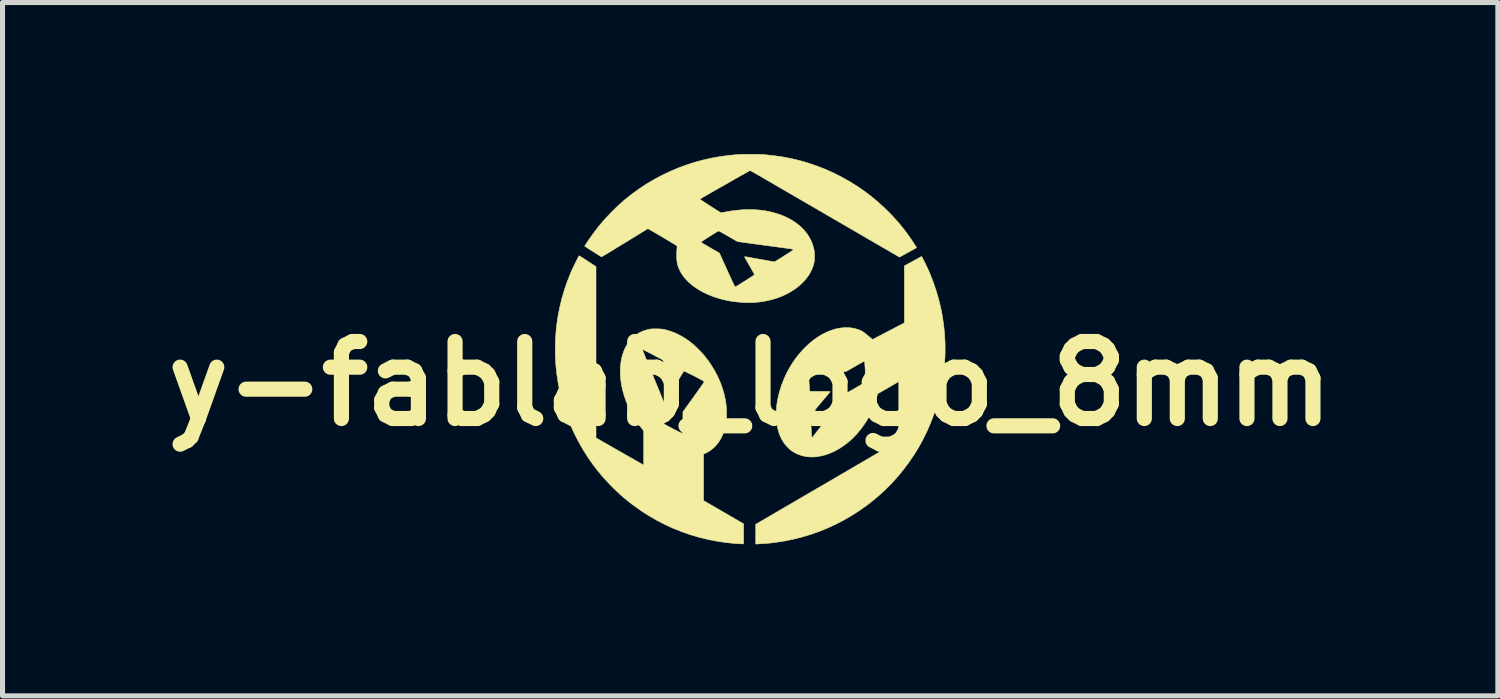
<source format=kicad_pcb>
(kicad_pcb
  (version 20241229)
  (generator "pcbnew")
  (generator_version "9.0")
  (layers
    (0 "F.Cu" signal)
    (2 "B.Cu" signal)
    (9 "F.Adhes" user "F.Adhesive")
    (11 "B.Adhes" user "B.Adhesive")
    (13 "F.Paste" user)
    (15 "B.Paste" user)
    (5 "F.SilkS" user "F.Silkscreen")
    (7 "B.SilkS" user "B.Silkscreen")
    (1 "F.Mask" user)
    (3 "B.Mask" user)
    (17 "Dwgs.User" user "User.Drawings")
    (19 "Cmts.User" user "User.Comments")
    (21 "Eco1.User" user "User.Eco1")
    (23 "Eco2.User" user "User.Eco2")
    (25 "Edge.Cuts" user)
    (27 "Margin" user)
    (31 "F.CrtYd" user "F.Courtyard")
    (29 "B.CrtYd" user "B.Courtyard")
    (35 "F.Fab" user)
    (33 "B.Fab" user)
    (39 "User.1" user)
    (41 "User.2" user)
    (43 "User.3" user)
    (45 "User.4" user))
  (footprint "y-fablab_logo_8mm"
    (layer "F.Cu")
    (at 11.8 4.291)
    (property "Reference" "y-fablab_logo_8mm" (at 0 0.254 0) (layer "F.SilkS") (effects (font (size 1.524 1.524) (thickness 0.3))))
    (attr through_hole)
    (fp_poly (pts (xy -3.381 -2.275) (xy -3.374 -2.272) (xy -3.364 -2.266) (xy -3.35 -2.258) (xy -3.332 -2.247) (xy -3.309 -2.232) (xy -3.281 -2.213) (xy -3.246 -2.191) (xy -3.23 -2.18) (xy -3.197 -2.158) (xy -3.166 -2.138) (xy -3.138 -2.119) (xy -3.113 -2.103) (xy -3.092 -2.089) (xy -3.077 -2.078) (xy -3.067 -2.072) (xy -3.064 -2.07) (xy -3.052 -2.061) (xy -3.052 1.327) (xy -2.58 1.597) (xy -2.108 1.866) (xy -2.108 1.184) (xy -2.135 1.152) (xy -2.204 1.064) (xy -2.267 0.972) (xy -2.325 0.878) (xy -2.377 0.781) (xy -2.424 0.682) (xy -2.464 0.581) (xy -2.498 0.48) (xy -2.526 0.379) (xy -2.548 0.277) (xy -2.562 0.177) (xy -2.571 0.077) (xy -2.572 -0.02) (xy -2.566 -0.115) (xy -2.553 -0.207) (xy -2.534 -0.294) (xy -2.509 -0.371) (xy -2.492 -0.412) (xy -2.127 -0.412) (xy -2.126 -0.4) (xy -2.124 -0.393) (xy -2.122 -0.387) (xy -2.116 -0.373) (xy -2.108 -0.353) (xy -2.097 -0.326) (xy -2.084 -0.294) (xy -2.069 -0.256) (xy -2.051 -0.213) (xy -2.032 -0.165) (xy -2.011 -0.114) (xy -1.988 -0.06) (xy -1.965 -0.002) (xy -1.94 0.058) (xy -1.915 0.12) (xy -1.914 0.122) (xy -1.71 0.619) (xy -1.71 1.036) (xy -1.701 1.05) (xy -1.697 1.054) (xy -1.691 1.059) (xy -1.681 1.065) (xy -1.667 1.074) (xy -1.649 1.084) (xy -1.626 1.096) (xy -1.597 1.112) (xy -1.561 1.13) (xy -1.524 1.15) (xy -1.478 1.174) (xy -1.438 1.194) (xy -1.405 1.21) (xy -1.38 1.222) (xy -1.361 1.23) (xy -1.35 1.235) (xy -1.346 1.235) (xy -1.336 1.234) (xy -1.333 1.022) (xy -1.331 0.811) (xy -1.122 0.521) (xy -1.08 0.462) (xy -1.042 0.409) (xy -1.009 0.362) (xy -0.98 0.322) (xy -0.957 0.289) (xy -0.939 0.262) (xy -0.925 0.242) (xy -0.917 0.228) (xy -0.913 0.222) (xy -0.913 0.221) (xy -0.916 0.21) (xy -0.921 0.203) (xy -0.927 0.199) (xy -0.94 0.191) (xy -0.958 0.181) (xy -0.981 0.169) (xy -1.008 0.155) (xy -1.038 0.139) (xy -1.07 0.122) (xy -1.103 0.105) (xy -1.136 0.088) (xy -1.169 0.072) (xy -1.201 0.056) (xy -1.23 0.041) (xy -1.256 0.029) (xy -1.277 0.018) (xy -1.294 0.011) (xy -1.305 0.006) (xy -1.309 0.005) (xy -1.312 0.007) (xy -1.317 0.011) (xy -1.323 0.019) (xy -1.331 0.031) (xy -1.341 0.048) (xy -1.354 0.069) (xy -1.37 0.096) (xy -1.39 0.13) (xy -1.413 0.17) (xy -1.416 0.176) (xy -1.438 0.213) (xy -1.457 0.246) (xy -1.475 0.276) (xy -1.49 0.301) (xy -1.503 0.321) (xy -1.512 0.336) (xy -1.518 0.344) (xy -1.52 0.345) (xy -1.522 0.342) (xy -1.527 0.331) (xy -1.535 0.314) (xy -1.545 0.289) (xy -1.557 0.256) (xy -1.572 0.217) (xy -1.589 0.169) (xy -1.609 0.114) (xy -1.621 0.08) (xy -1.638 0.035) (xy -1.654 -0.009) (xy -1.668 -0.049) (xy -1.682 -0.087) (xy -1.694 -0.12) (xy -1.704 -0.148) (xy -1.712 -0.171) (xy -1.718 -0.187) (xy -1.722 -0.196) (xy -1.723 -0.198) (xy -1.73 -0.21) (xy -1.741 -0.221) (xy -1.742 -0.222) (xy -1.747 -0.225) (xy -1.76 -0.232) (xy -1.778 -0.242) (xy -1.801 -0.254) (xy -1.827 -0.268) (xy -1.857 -0.284) (xy -1.889 -0.301) (xy -1.921 -0.318) (xy -1.954 -0.335) (xy -1.986 -0.352) (xy -2.017 -0.367) (xy -2.045 -0.382) (xy -2.069 -0.394) (xy -2.089 -0.404) (xy -2.104 -0.412) (xy -2.112 -0.415) (xy -2.113 -0.416) (xy -2.123 -0.417) (xy -2.127 -0.412) (xy -2.492 -0.412) (xy -2.48 -0.441) (xy -2.446 -0.505) (xy -2.405 -0.565) (xy -2.359 -0.621) (xy -2.337 -0.644) (xy -2.285 -0.691) (xy -2.232 -0.731) (xy -2.176 -0.764) (xy -2.115 -0.79) (xy -2.05 -0.811) (xy -2.007 -0.822) (xy -1.991 -0.825) (xy -1.975 -0.828) (xy -1.96 -0.829) (xy -1.942 -0.83) (xy -1.92 -0.831) (xy -1.892 -0.831) (xy -1.867 -0.832) (xy -1.829 -0.831) (xy -1.797 -0.83) (xy -1.769 -0.829) (xy -1.744 -0.826) (xy -1.718 -0.822) (xy -1.69 -0.816) (xy -1.658 -0.808) (xy -1.651 -0.806) (xy -1.579 -0.785) (xy -1.505 -0.757) (xy -1.429 -0.723) (xy -1.355 -0.684) (xy -1.283 -0.64) (xy -1.242 -0.612) (xy -1.151 -0.543) (xy -1.064 -0.466) (xy -0.981 -0.383) (xy -0.903 -0.294) (xy -0.829 -0.2) (xy -0.762 -0.1) (xy -0.7 0.003) (xy -0.644 0.11) (xy -0.595 0.22) (xy -0.554 0.333) (xy -0.519 0.448) (xy -0.517 0.457) (xy -0.5 0.528) (xy -0.487 0.594) (xy -0.478 0.658) (xy -0.472 0.724) (xy -0.468 0.794) (xy -0.468 0.847) (xy -0.468 0.893) (xy -0.469 0.932) (xy -0.471 0.967) (xy -0.474 0.999) (xy -0.479 1.031) (xy -0.484 1.064) (xy -0.492 1.1) (xy -0.494 1.108) (xy -0.515 1.187) (xy -0.542 1.261) (xy -0.575 1.331) (xy -0.614 1.396) (xy -0.658 1.455) (xy -0.707 1.509) (xy -0.761 1.556) (xy -0.819 1.596) (xy -0.88 1.629) (xy -0.882 1.63) (xy -0.923 1.649) (xy -0.923 2.108) (xy -0.923 2.568) (xy -0.527 2.798) (xy -0.131 3.028) (xy -0.131 3.425) (xy -0.179 3.424) (xy -0.201 3.424) (xy -0.228 3.422) (xy -0.257 3.421) (xy -0.287 3.419) (xy -0.296 3.418) (xy -0.48 3.399) (xy -0.66 3.372) (xy -0.838 3.337) (xy -1.013 3.295) (xy -1.185 3.244) (xy -1.354 3.185) (xy -1.52 3.119) (xy -1.682 3.045) (xy -1.841 2.963) (xy -1.997 2.873) (xy -2.15 2.776) (xy -2.298 2.671) (xy -2.318 2.656) (xy -2.386 2.605) (xy -2.45 2.553) (xy -2.512 2.501) (xy -2.573 2.448) (xy -2.634 2.391) (xy -2.697 2.33) (xy -2.764 2.263) (xy -2.777 2.25) (xy -2.895 2.124) (xy -3.007 1.992) (xy -3.113 1.854) (xy -3.213 1.711) (xy -3.306 1.563) (xy -3.393 1.411) (xy -3.474 1.254) (xy -3.547 1.095) (xy -3.613 0.932) (xy -3.671 0.767) (xy -3.721 0.6) (xy -3.723 0.594) (xy -3.766 0.42) (xy -3.801 0.243) (xy -3.828 0.065) (xy -3.847 -0.114) (xy -3.857 -0.293) (xy -3.859 -0.473) (xy -3.853 -0.653) (xy -3.839 -0.832) (xy -3.816 -1.011) (xy -3.806 -1.073) (xy -3.772 -1.25) (xy -3.73 -1.425) (xy -3.68 -1.596) (xy -3.622 -1.765) (xy -3.556 -1.932) (xy -3.532 -1.988) (xy -3.523 -2.007) (xy -3.512 -2.031) (xy -3.499 -2.059) (xy -3.484 -2.088) (xy -3.469 -2.119) (xy -3.454 -2.15) (xy -3.44 -2.179) (xy -3.426 -2.207) (xy -3.414 -2.231) (xy -3.403 -2.251) (xy -3.395 -2.266) (xy -3.39 -2.274) (xy -3.39 -2.274) (xy -3.388 -2.276) (xy -3.385 -2.276) (xy -3.381 -2.275)) (stroke (width 0.01) (type solid)) (fill yes) (layer "F.SilkS"))
    (fp_poly (pts (xy 3.395 -2.26) (xy 3.401 -2.251) (xy 3.41 -2.235) (xy 3.421 -2.214) (xy 3.434 -2.188) (xy 3.449 -2.159) (xy 3.465 -2.127) (xy 3.481 -2.094) (xy 3.497 -2.059) (xy 3.514 -2.024) (xy 3.529 -1.989) (xy 3.544 -1.956) (xy 3.556 -1.928) (xy 3.622 -1.761) (xy 3.68 -1.591) (xy 3.73 -1.42) (xy 3.772 -1.247) (xy 3.806 -1.072) (xy 3.831 -0.897) (xy 3.849 -0.72) (xy 3.858 -0.542) (xy 3.859 -0.364) (xy 3.851 -0.186) (xy 3.836 -0.008) (xy 3.812 0.169) (xy 3.78 0.346) (xy 3.74 0.519) (xy 3.692 0.692) (xy 3.636 0.863) (xy 3.572 1.03) (xy 3.501 1.194) (xy 3.422 1.354) (xy 3.337 1.51) (xy 3.244 1.661) (xy 3.144 1.808) (xy 3.038 1.95) (xy 2.926 2.087) (xy 2.807 2.219) (xy 2.681 2.346) (xy 2.55 2.467) (xy 2.413 2.581) (xy 2.318 2.655) (xy 2.169 2.761) (xy 2.017 2.859) (xy 1.861 2.95) (xy 1.701 3.033) (xy 1.539 3.109) (xy 1.373 3.177) (xy 1.204 3.236) (xy 1.032 3.288) (xy 0.858 3.332) (xy 0.682 3.368) (xy 0.503 3.396) (xy 0.387 3.41) (xy 0.359 3.412) (xy 0.327 3.415) (xy 0.292 3.418) (xy 0.252 3.42) (xy 0.205 3.423) (xy 0.152 3.426) (xy 0.147 3.427) (xy 0.11 3.429) (xy 0.11 3.233) (xy 0.11 3.037) (xy 1.231 2.383) (xy 1.326 2.328) (xy 1.42 2.273) (xy 1.515 2.218) (xy 1.609 2.163) (xy 1.703 2.108) (xy 1.795 2.054) (xy 1.885 2.002) (xy 1.973 1.95) (xy 2.059 1.9) (xy 2.141 1.852) (xy 2.22 1.806) (xy 2.296 1.762) (xy 2.367 1.72) (xy 2.434 1.681) (xy 2.495 1.645) (xy 2.552 1.613) (xy 2.602 1.583) (xy 2.646 1.557) (xy 2.684 1.536) (xy 2.703 1.524) (xy 3.055 1.319) (xy 3.058 0.733) (xy 3.058 0.663) (xy 3.059 0.596) (xy 3.059 0.531) (xy 3.059 0.47) (xy 3.059 0.412) (xy 3.06 0.359) (xy 3.06 0.311) (xy 3.06 0.268) (xy 3.06 0.23) (xy 3.06 0.199) (xy 3.06 0.175) (xy 3.06 0.157) (xy 3.06 0.148) (xy 3.06 0.146) (xy 3.056 0.147) (xy 3.046 0.153) (xy 3.03 0.161) (xy 3.011 0.172) (xy 2.989 0.185) (xy 2.978 0.191) (xy 2.958 0.203) (xy 2.931 0.218) (xy 2.9 0.236) (xy 2.864 0.257) (xy 2.826 0.279) (xy 2.786 0.302) (xy 2.746 0.325) (xy 2.711 0.346) (xy 2.524 0.453) (xy 2.519 0.471) (xy 2.514 0.487) (xy 2.506 0.51) (xy 2.497 0.538) (xy 2.486 0.57) (xy 2.474 0.604) (xy 2.461 0.639) (xy 2.449 0.674) (xy 2.437 0.707) (xy 2.426 0.737) (xy 2.416 0.763) (xy 2.41 0.779) (xy 2.393 0.821) (xy 2.377 0.858) (xy 2.361 0.891) (xy 2.343 0.924) (xy 2.323 0.958) (xy 2.311 0.979) (xy 2.247 1.076) (xy 2.179 1.167) (xy 2.107 1.253) (xy 2.03 1.332) (xy 1.95 1.405) (xy 1.866 1.47) (xy 1.78 1.529) (xy 1.692 1.579) (xy 1.683 1.584) (xy 1.598 1.623) (xy 1.514 1.655) (xy 1.431 1.679) (xy 1.349 1.695) (xy 1.269 1.704) (xy 1.19 1.705) (xy 1.114 1.698) (xy 1.039 1.683) (xy 0.968 1.66) (xy 0.899 1.63) (xy 0.833 1.592) (xy 0.83 1.59) (xy 0.807 1.573) (xy 0.782 1.551) (xy 0.754 1.525) (xy 0.727 1.497) (xy 0.702 1.469) (xy 0.68 1.442) (xy 0.664 1.42) (xy 0.624 1.354) (xy 0.591 1.284) (xy 0.564 1.21) (xy 0.543 1.131) (xy 0.528 1.046) (xy 0.52 0.984) (xy 0.519 0.959) (xy 0.518 0.928) (xy 0.517 0.892) (xy 0.517 0.853) (xy 0.518 0.813) (xy 0.519 0.773) (xy 0.521 0.736) (xy 0.523 0.704) (xy 0.526 0.677) (xy 0.527 0.671) (xy 0.549 0.542) (xy 0.58 0.415) (xy 0.619 0.29) (xy 0.666 0.168) (xy 0.72 0.049) (xy 0.763 -0.031) (xy 1.155 -0.031) (xy 1.155 -0.024) (xy 1.155 -0.016) (xy 1.156 -0.007) (xy 1.156 -0.007) (xy 1.156 0.01) (xy 1.157 0.033) (xy 1.158 0.061) (xy 1.159 0.092) (xy 1.16 0.127) (xy 1.162 0.163) (xy 1.164 0.199) (xy 1.166 0.236) (xy 1.168 0.271) (xy 1.17 0.304) (xy 1.172 0.333) (xy 1.173 0.359) (xy 1.175 0.379) (xy 1.176 0.392) (xy 1.177 0.398) (xy 1.177 0.399) (xy 1.179 0.4) (xy 1.181 0.402) (xy 1.185 0.403) (xy 1.191 0.404) (xy 1.201 0.405) (xy 1.214 0.405) (xy 1.233 0.406) (xy 1.256 0.406) (xy 1.286 0.406) (xy 1.322 0.406) (xy 1.366 0.406) (xy 1.382 0.406) (xy 1.434 0.406) (xy 1.478 0.407) (xy 1.514 0.407) (xy 1.544 0.408) (xy 1.565 0.409) (xy 1.578 0.409) (xy 1.583 0.41) (xy 1.583 0.411) (xy 1.581 0.415) (xy 1.574 0.425) (xy 1.563 0.438) (xy 1.55 0.454) (xy 1.55 0.454) (xy 1.541 0.465) (xy 1.527 0.481) (xy 1.509 0.503) (xy 1.488 0.528) (xy 1.463 0.557) (xy 1.436 0.589) (xy 1.408 0.622) (xy 1.379 0.657) (xy 1.366 0.672) (xy 1.337 0.706) (xy 1.31 0.738) (xy 1.285 0.768) (xy 1.263 0.795) (xy 1.243 0.819) (xy 1.227 0.838) (xy 1.215 0.853) (xy 1.208 0.862) (xy 1.206 0.865) (xy 1.202 0.875) (xy 1.199 0.887) (xy 1.198 0.905) (xy 1.198 0.912) (xy 1.198 0.925) (xy 1.199 0.944) (xy 1.2 0.968) (xy 1.201 0.997) (xy 1.202 1.029) (xy 1.204 1.063) (xy 1.205 1.099) (xy 1.207 1.135) (xy 1.209 1.17) (xy 1.21 1.204) (xy 1.212 1.234) (xy 1.213 1.262) (xy 1.215 1.284) (xy 1.216 1.3) (xy 1.217 1.309) (xy 1.217 1.311) (xy 1.221 1.316) (xy 1.227 1.315) (xy 1.236 1.308) (xy 1.249 1.294) (xy 1.263 1.277) (xy 1.269 1.269) (xy 1.281 1.254) (xy 1.297 1.234) (xy 1.317 1.208) (xy 1.34 1.178) (xy 1.367 1.143) (xy 1.398 1.104) (xy 1.43 1.062) (xy 1.465 1.016) (xy 1.502 0.969) (xy 1.541 0.919) (xy 1.581 0.868) (xy 1.603 0.838) (xy 1.913 0.438) (xy 2.089 0.337) (xy 2.124 0.317) (xy 2.157 0.297) (xy 2.188 0.279) (xy 2.215 0.263) (xy 2.238 0.249) (xy 2.255 0.239) (xy 2.267 0.231) (xy 2.272 0.227) (xy 2.279 0.218) (xy 2.283 0.21) (xy 2.284 0.204) (xy 2.284 0.19) (xy 2.284 0.17) (xy 2.283 0.145) (xy 2.282 0.116) (xy 2.281 0.083) (xy 2.279 0.049) (xy 2.277 0.013) (xy 2.276 -0.023) (xy 2.274 -0.057) (xy 2.272 -0.09) (xy 2.27 -0.119) (xy 2.269 -0.143) (xy 2.267 -0.163) (xy 2.266 -0.176) (xy 2.265 -0.181) (xy 2.259 -0.189) (xy 2.253 -0.189) (xy 2.247 -0.187) (xy 2.235 -0.181) (xy 2.218 -0.171) (xy 2.196 -0.158) (xy 2.169 -0.143) (xy 2.139 -0.126) (xy 2.107 -0.108) (xy 2.089 -0.097) (xy 2.055 -0.077) (xy 2.022 -0.059) (xy 1.992 -0.041) (xy 1.965 -0.026) (xy 1.943 -0.013) (xy 1.926 -0.003) (xy 1.914 0.003) (xy 1.911 0.005) (xy 1.89 0.016) (xy 1.531 -0.02) (xy 1.466 -0.027) (xy 1.409 -0.033) (xy 1.359 -0.038) (xy 1.316 -0.042) (xy 1.28 -0.045) (xy 1.249 -0.048) (xy 1.224 -0.05) (xy 1.204 -0.051) (xy 1.188 -0.051) (xy 1.175 -0.05) (xy 1.167 -0.048) (xy 1.161 -0.045) (xy 1.157 -0.041) (xy 1.155 -0.037) (xy 1.155 -0.031) (xy 0.763 -0.031) (xy 0.772 -0.049) (xy 0.831 -0.145) (xy 0.893 -0.237) (xy 0.96 -0.323) (xy 1.031 -0.405) (xy 1.105 -0.481) (xy 1.182 -0.551) (xy 1.261 -0.615) (xy 1.342 -0.672) (xy 1.425 -0.721) (xy 1.509 -0.764) (xy 1.594 -0.799) (xy 1.68 -0.826) (xy 1.687 -0.828) (xy 1.767 -0.845) (xy 1.846 -0.854) (xy 1.923 -0.856) (xy 1.997 -0.851) (xy 2.069 -0.838) (xy 2.12 -0.823) (xy 2.152 -0.812) (xy 2.18 -0.801) (xy 2.205 -0.789) (xy 2.229 -0.775) (xy 2.254 -0.758) (xy 2.281 -0.737) (xy 2.313 -0.711) (xy 2.316 -0.708) (xy 2.339 -0.689) (xy 2.36 -0.672) (xy 2.379 -0.656) (xy 2.394 -0.644) (xy 2.405 -0.636) (xy 2.408 -0.634) (xy 2.425 -0.622) (xy 2.738 -0.786) (xy 3.052 -0.95) (xy 3.052 -2.078) (xy 3.221 -2.17) (xy 3.255 -2.189) (xy 3.288 -2.206) (xy 3.317 -2.222) (xy 3.342 -2.236) (xy 3.363 -2.248) (xy 3.379 -2.257) (xy 3.389 -2.262) (xy 3.392 -2.263) (xy 3.395 -2.26)) (stroke (width 0.01) (type solid)) (fill yes) (layer "F.SilkS"))
    (fp_poly (pts (xy 0.067 -4.286) (xy 0.114 -4.286) (xy 0.158 -4.285) (xy 0.198 -4.284) (xy 0.232 -4.283) (xy 0.26 -4.281) (xy 0.267 -4.281) (xy 0.451 -4.262) (xy 0.631 -4.237) (xy 0.808 -4.203) (xy 0.982 -4.162) (xy 1.152 -4.113) (xy 1.319 -4.056) (xy 1.484 -3.992) (xy 1.647 -3.919) (xy 1.807 -3.838) (xy 1.965 -3.75) (xy 1.99 -3.735) (xy 2.133 -3.645) (xy 2.27 -3.55) (xy 2.402 -3.449) (xy 2.53 -3.342) (xy 2.656 -3.228) (xy 2.729 -3.156) (xy 2.798 -3.086) (xy 2.861 -3.018) (xy 2.921 -2.951) (xy 2.979 -2.882) (xy 3.036 -2.81) (xy 3.086 -2.746) (xy 3.104 -2.722) (xy 3.123 -2.695) (xy 3.144 -2.666) (xy 3.165 -2.635) (xy 3.186 -2.604) (xy 3.207 -2.574) (xy 3.227 -2.545) (xy 3.245 -2.517) (xy 3.261 -2.492) (xy 3.274 -2.471) (xy 3.284 -2.455) (xy 3.291 -2.443) (xy 3.293 -2.437) (xy 3.293 -2.437) (xy 3.289 -2.435) (xy 3.278 -2.429) (xy 3.262 -2.42) (xy 3.24 -2.408) (xy 3.214 -2.393) (xy 3.184 -2.377) (xy 3.151 -2.359) (xy 3.123 -2.343) (xy 2.955 -2.251) (xy 2.926 -2.268) (xy 2.918 -2.273) (xy 2.903 -2.282) (xy 2.881 -2.294) (xy 2.855 -2.31) (xy 2.824 -2.328) (xy 2.789 -2.348) (xy 2.751 -2.37) (xy 2.711 -2.394) (xy 2.668 -2.418) (xy 2.648 -2.43) (xy 2.596 -2.46) (xy 2.539 -2.494) (xy 2.477 -2.529) (xy 2.414 -2.566) (xy 2.35 -2.603) (xy 2.288 -2.639) (xy 2.229 -2.674) (xy 2.174 -2.705) (xy 2.151 -2.719) (xy 2.101 -2.748) (xy 2.046 -2.78) (xy 1.987 -2.814) (xy 1.925 -2.85) (xy 1.862 -2.887) (xy 1.799 -2.923) (xy 1.738 -2.959) (xy 1.681 -2.992) (xy 1.632 -3.02) (xy 1.59 -3.045) (xy 1.541 -3.073) (xy 1.487 -3.105) (xy 1.428 -3.139) (xy 1.366 -3.175) (xy 1.301 -3.213) (xy 1.235 -3.251) (xy 1.168 -3.29) (xy 1.101 -3.329) (xy 1.036 -3.367) (xy 0.973 -3.403) (xy 0.942 -3.421) (xy 0.88 -3.457) (xy 0.817 -3.494) (xy 0.751 -3.532) (xy 0.685 -3.571) (xy 0.619 -3.609) (xy 0.555 -3.646) (xy 0.493 -3.682) (xy 0.434 -3.717) (xy 0.378 -3.749) (xy 0.328 -3.778) (xy 0.284 -3.804) (xy 0.263 -3.816) (xy 0.22 -3.841) (xy 0.179 -3.865) (xy 0.14 -3.887) (xy 0.105 -3.907) (xy 0.074 -3.924) (xy 0.047 -3.939) (xy 0.025 -3.951) (xy 0.009 -3.96) (xy -0.001 -3.964) (xy -0.004 -3.965) (xy -0.008 -3.963) (xy -0.02 -3.957) (xy -0.037 -3.947) (xy -0.06 -3.934) (xy -0.089 -3.918) (xy -0.122 -3.899) (xy -0.16 -3.878) (xy -0.201 -3.855) (xy -0.245 -3.829) (xy -0.292 -3.803) (xy -0.341 -3.775) (xy -0.392 -3.746) (xy -0.444 -3.716) (xy -0.496 -3.686) (xy -0.549 -3.657) (xy -0.601 -3.627) (xy -0.652 -3.598) (xy -0.701 -3.57) (xy -0.748 -3.543) (xy -0.793 -3.517) (xy -0.835 -3.493) (xy -0.873 -3.471) (xy -0.907 -3.452) (xy -0.936 -3.435) (xy -0.96 -3.421) (xy -0.978 -3.41) (xy -0.991 -3.403) (xy -0.996 -3.4) (xy -0.996 -3.4) (xy -0.993 -3.397) (xy -0.984 -3.39) (xy -0.969 -3.379) (xy -0.948 -3.365) (xy -0.923 -3.348) (xy -0.893 -3.329) (xy -0.86 -3.308) (xy -0.825 -3.284) (xy -0.791 -3.263) (xy -0.582 -3.129) (xy -0.504 -3.143) (xy -0.383 -3.164) (xy -0.266 -3.179) (xy -0.155 -3.189) (xy -0.047 -3.193) (xy 0.058 -3.192) (xy 0.161 -3.185) (xy 0.22 -3.179) (xy 0.322 -3.164) (xy 0.421 -3.143) (xy 0.518 -3.116) (xy 0.611 -3.085) (xy 0.699 -3.048) (xy 0.782 -3.007) (xy 0.858 -2.962) (xy 0.861 -2.96) (xy 0.937 -2.906) (xy 1.005 -2.848) (xy 1.066 -2.787) (xy 1.119 -2.722) (xy 1.165 -2.653) (xy 1.204 -2.581) (xy 1.234 -2.505) (xy 1.257 -2.426) (xy 1.265 -2.39) (xy 1.268 -2.366) (xy 1.271 -2.336) (xy 1.272 -2.302) (xy 1.272 -2.266) (xy 1.272 -2.231) (xy 1.271 -2.198) (xy 1.268 -2.168) (xy 1.265 -2.145) (xy 1.264 -2.142) (xy 1.245 -2.071) (xy 1.217 -2.001) (xy 1.182 -1.932) (xy 1.139 -1.866) (xy 1.089 -1.802) (xy 1.032 -1.741) (xy 0.968 -1.683) (xy 0.898 -1.628) (xy 0.822 -1.578) (xy 0.741 -1.531) (xy 0.74 -1.531) (xy 0.641 -1.483) (xy 0.538 -1.443) (xy 0.43 -1.41) (xy 0.317 -1.384) (xy 0.201 -1.365) (xy 0.095 -1.355) (xy 0.071 -1.353) (xy 0.04 -1.352) (xy 0.006 -1.352) (xy -0.029 -1.351) (xy -0.064 -1.351) (xy -0.095 -1.352) (xy -0.122 -1.352) (xy -0.135 -1.353) (xy -0.218 -1.36) (xy -0.293 -1.367) (xy -0.364 -1.377) (xy -0.431 -1.388) (xy -0.497 -1.402) (xy -0.563 -1.418) (xy -0.63 -1.437) (xy -0.652 -1.444) (xy -0.747 -1.476) (xy -0.838 -1.513) (xy -0.924 -1.553) (xy -1.005 -1.598) (xy -1.081 -1.647) (xy -1.151 -1.698) (xy -1.215 -1.753) (xy -1.271 -1.81) (xy -1.321 -1.87) (xy -1.363 -1.931) (xy -1.386 -1.972) (xy -1.41 -2.023) (xy -1.428 -2.071) (xy -1.441 -2.118) (xy -1.45 -2.167) (xy -1.454 -2.22) (xy -1.455 -2.235) (xy -1.455 -2.255) (xy -1.455 -2.28) (xy -1.455 -2.308) (xy -1.454 -2.338) (xy -1.453 -2.368) (xy -1.451 -2.397) (xy -1.45 -2.422) (xy -1.448 -2.444) (xy -1.447 -2.459) (xy -1.445 -2.466) (xy -1.446 -2.468) (xy -1.448 -2.471) (xy -1.452 -2.474) (xy -1.459 -2.48) (xy -1.469 -2.487) (xy -1.482 -2.495) (xy -1.5 -2.506) (xy -1.522 -2.52) (xy -1.549 -2.536) (xy -1.561 -2.543) (xy -0.968 -2.543) (xy -0.967 -2.542) (xy -0.963 -2.539) (xy -0.952 -2.531) (xy -0.935 -2.521) (xy -0.913 -2.508) (xy -0.886 -2.492) (xy -0.856 -2.474) (xy -0.823 -2.455) (xy -0.787 -2.434) (xy -0.785 -2.433) (xy -0.608 -2.33) (xy -0.461 -2.005) (xy -0.436 -1.95) (xy -0.413 -1.898) (xy -0.391 -1.851) (xy -0.371 -1.808) (xy -0.354 -1.77) (xy -0.338 -1.738) (xy -0.326 -1.711) (xy -0.316 -1.691) (xy -0.309 -1.678) (xy -0.305 -1.672) (xy -0.305 -1.672) (xy -0.295 -1.667) (xy -0.284 -1.668) (xy -0.278 -1.671) (xy -0.266 -1.678) (xy -0.248 -1.689) (xy -0.225 -1.702) (xy -0.199 -1.719) (xy -0.169 -1.737) (xy -0.137 -1.758) (xy -0.118 -1.77) (xy -0.075 -1.797) (xy -0.039 -1.82) (xy -0.01 -1.839) (xy 0.015 -1.855) (xy 0.035 -1.868) (xy 0.05 -1.878) (xy 0.061 -1.886) (xy 0.07 -1.891) (xy 0.075 -1.896) (xy 0.079 -1.899) (xy 0.081 -1.901) (xy 0.082 -1.903) (xy 0.083 -1.905) (xy 0.083 -1.905) (xy 0.082 -1.911) (xy 0.077 -1.922) (xy 0.068 -1.94) (xy 0.055 -1.964) (xy 0.037 -1.995) (xy 0.016 -2.032) (xy -0.01 -2.077) (xy -0.011 -2.079) (xy -0.031 -2.113) (xy -0.049 -2.146) (xy -0.066 -2.175) (xy -0.081 -2.201) (xy -0.093 -2.222) (xy -0.102 -2.239) (xy -0.107 -2.249) (xy -0.109 -2.253) (xy -0.108 -2.259) (xy -0.105 -2.261) (xy -0.1 -2.26) (xy -0.088 -2.258) (xy -0.068 -2.255) (xy -0.042 -2.25) (xy -0.011 -2.245) (xy 0.026 -2.238) (xy 0.066 -2.231) (xy 0.11 -2.223) (xy 0.157 -2.215) (xy 0.188 -2.209) (xy 0.475 -2.158) (xy 0.495 -2.166) (xy 0.503 -2.17) (xy 0.516 -2.178) (xy 0.536 -2.19) (xy 0.559 -2.204) (xy 0.586 -2.221) (xy 0.615 -2.239) (xy 0.646 -2.259) (xy 0.677 -2.279) (xy 0.709 -2.299) (xy 0.739 -2.318) (xy 0.767 -2.337) (xy 0.793 -2.353) (xy 0.814 -2.367) (xy 0.831 -2.379) (xy 0.842 -2.387) (xy 0.847 -2.39) (xy 0.85 -2.394) (xy 0.853 -2.397) (xy 0.855 -2.399) (xy 0.854 -2.402) (xy 0.851 -2.404) (xy 0.845 -2.407) (xy 0.835 -2.409) (xy 0.821 -2.412) (xy 0.803 -2.415) (xy 0.779 -2.419) (xy 0.749 -2.423) (xy 0.712 -2.428) (xy 0.669 -2.434) (xy 0.618 -2.441) (xy 0.591 -2.445) (xy 0.509 -2.456) (xy 0.426 -2.467) (xy 0.343 -2.478) (xy 0.26 -2.489) (xy 0.179 -2.5) (xy 0.101 -2.511) (xy 0.028 -2.521) (xy -0.04 -2.53) (xy -0.101 -2.539) (xy -0.108 -2.54) (xy -0.252 -2.559) (xy -0.429 -2.662) (xy -0.465 -2.682) (xy -0.498 -2.702) (xy -0.529 -2.719) (xy -0.556 -2.735) (xy -0.58 -2.748) (xy -0.598 -2.758) (xy -0.61 -2.764) (xy -0.616 -2.767) (xy -0.616 -2.767) (xy -0.626 -2.767) (xy -0.639 -2.764) (xy -0.64 -2.763) (xy -0.648 -2.759) (xy -0.661 -2.751) (xy -0.679 -2.74) (xy -0.702 -2.726) (xy -0.728 -2.71) (xy -0.756 -2.692) (xy -0.786 -2.673) (xy -0.816 -2.654) (xy -0.846 -2.635) (xy -0.874 -2.617) (xy -0.9 -2.6) (xy -0.922 -2.585) (xy -0.941 -2.573) (xy -0.954 -2.564) (xy -0.961 -2.559) (xy -0.961 -2.558) (xy -0.968 -2.55) (xy -0.968 -2.543) (xy -1.561 -2.543) (xy -1.581 -2.556) (xy -1.619 -2.578) (xy -1.663 -2.605) (xy -1.714 -2.635) (xy -1.732 -2.645) (xy -1.777 -2.672) (xy -1.82 -2.697) (xy -1.861 -2.721) (xy -1.898 -2.743) (xy -1.932 -2.762) (xy -1.961 -2.779) (xy -1.986 -2.793) (xy -2.005 -2.804) (xy -2.018 -2.811) (xy -2.024 -2.814) (xy -2.025 -2.814) (xy -2.03 -2.811) (xy -2.041 -2.805) (xy -2.058 -2.795) (xy -2.08 -2.781) (xy -2.106 -2.765) (xy -2.137 -2.747) (xy -2.17 -2.726) (xy -2.206 -2.704) (xy -2.227 -2.691) (xy -2.311 -2.64) (xy -2.389 -2.592) (xy -2.459 -2.549) (xy -2.524 -2.51) (xy -2.582 -2.474) (xy -2.635 -2.442) (xy -2.682 -2.413) (xy -2.724 -2.387) (xy -2.762 -2.364) (xy -2.794 -2.345) (xy -2.823 -2.327) (xy -2.848 -2.312) (xy -2.869 -2.3) (xy -2.887 -2.289) (xy -2.901 -2.281) (xy -2.913 -2.274) (xy -2.923 -2.269) (xy -2.93 -2.265) (xy -2.936 -2.262) (xy -2.94 -2.26) (xy -2.943 -2.259) (xy -2.945 -2.259) (xy -2.946 -2.259) (xy -2.947 -2.259) (xy -2.953 -2.263) (xy -2.965 -2.27) (xy -2.982 -2.28) (xy -3.004 -2.294) (xy -3.029 -2.309) (xy -3.056 -2.327) (xy -3.085 -2.345) (xy -3.114 -2.364) (xy -3.144 -2.383) (xy -3.173 -2.401) (xy -3.2 -2.418) (xy -3.224 -2.434) (xy -3.244 -2.447) (xy -3.261 -2.458) (xy -3.272 -2.465) (xy -3.276 -2.469) (xy -3.277 -2.469) (xy -3.274 -2.473) (xy -3.268 -2.483) (xy -3.258 -2.499) (xy -3.245 -2.518) (xy -3.23 -2.542) (xy -3.213 -2.567) (xy -3.208 -2.575) (xy -3.103 -2.724) (xy -2.993 -2.867) (xy -2.877 -3.003) (xy -2.754 -3.134) (xy -2.627 -3.259) (xy -2.494 -3.377) (xy -2.355 -3.489) (xy -2.211 -3.594) (xy -2.063 -3.693) (xy -1.909 -3.784) (xy -1.751 -3.869) (xy -1.587 -3.947) (xy -1.42 -4.018) (xy -1.266 -4.075) (xy -1.105 -4.127) (xy -0.941 -4.172) (xy -0.773 -4.21) (xy -0.6 -4.241) (xy -0.423 -4.265) (xy -0.262 -4.281) (xy -0.238 -4.282) (xy -0.205 -4.284) (xy -0.167 -4.285) (xy -0.125 -4.285) (xy -0.079 -4.286) (xy -0.03 -4.286) (xy 0.019 -4.286) (xy 0.067 -4.286)) (stroke (width 0.01) (type solid)) (fill yes) (layer "F.SilkS")))
  (gr_rect
    (start -3 -3)
    (end 26.6 10.725)
    (stroke (width 0.1) (type default))
    (fill no)
    (layer "Edge.Cuts")))
</source>
